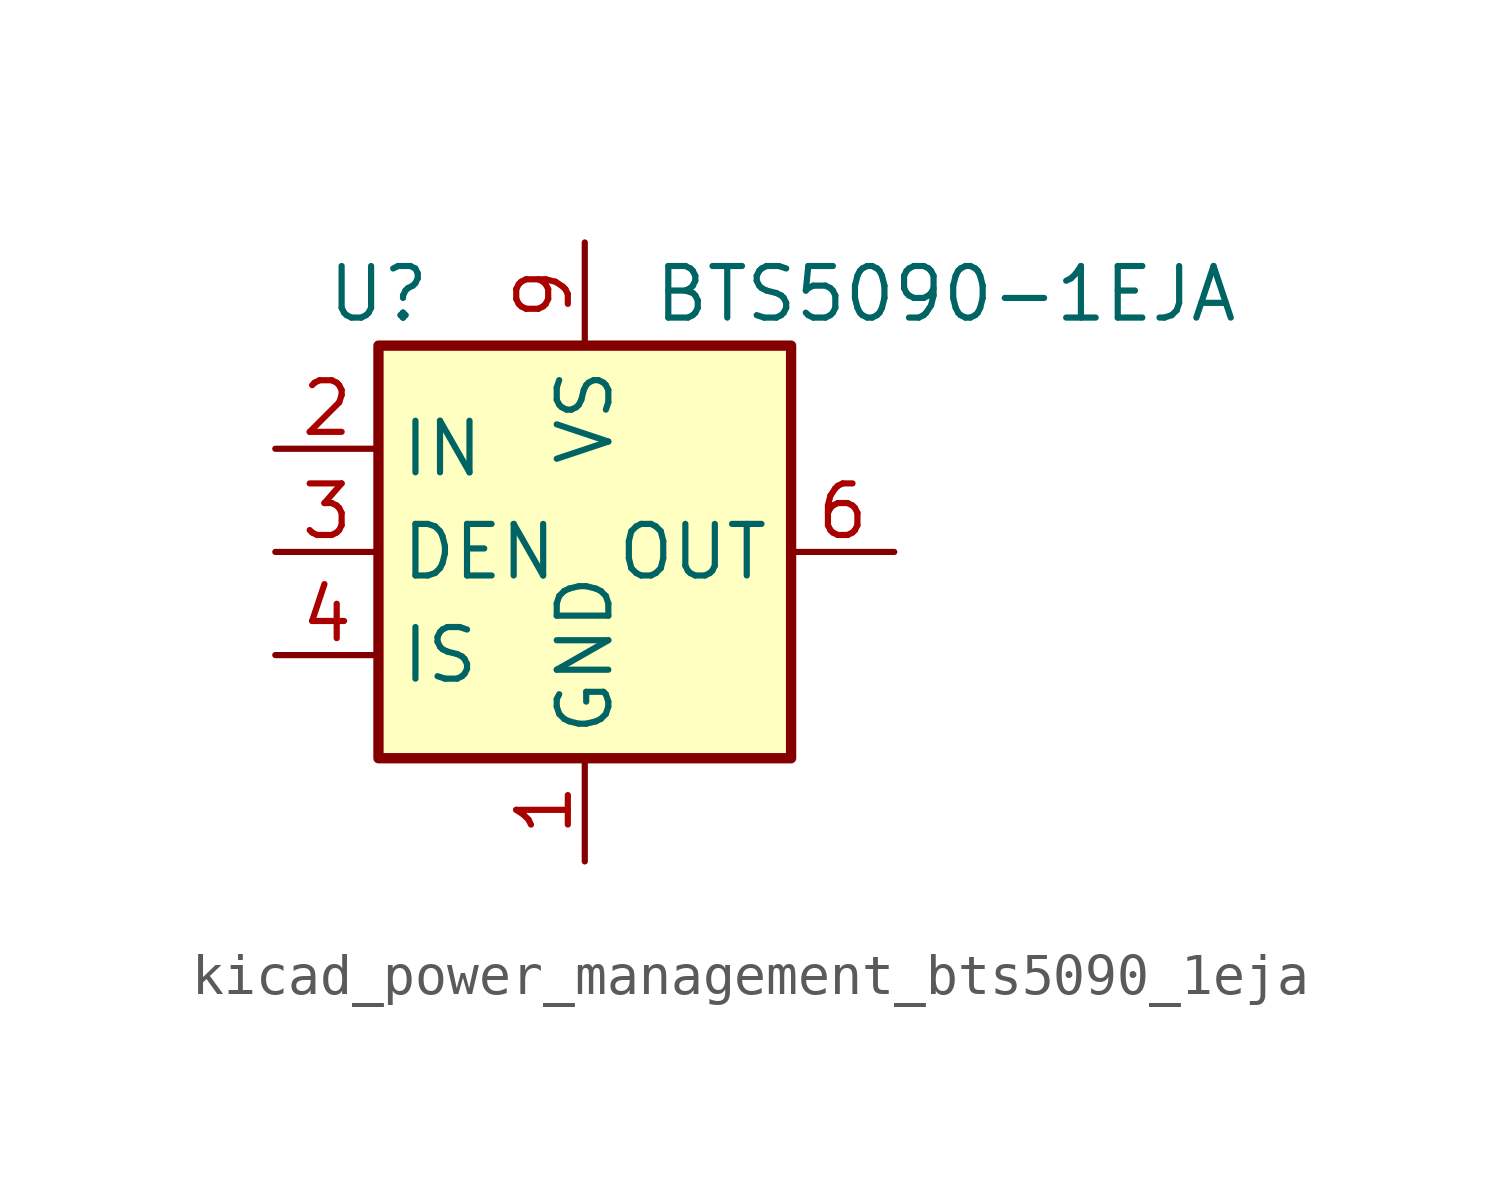
<source format=kicad_sym>
(kicad_symbol_lib
  (version 20220914)
  (generator kicad_symbol_editor)
  (symbol "kicad_power_management_bts5090_1eja"
    (property "Reference" "U"
      (at -5.08 6.35 0)
      (effects (font (size 1.27 1.27))))
    (property "Value" "BTS5090-1EJA"
      (at 8.89 6.35 0)
      (effects (font (size 1.27 1.27))))
    (symbol "kicad_power_management_bts5090_1eja_0_1"
      (rectangle (start -5.08 5.08) (end 5.08 -5.08) (stroke (width 0.254) (type default)) (fill (type background))))
    (symbol "kicad_power_management_bts5090_1eja_1_1"
      (pin power_in line (at 0 -7.62 90) (length 2.54) (name "GND" (effects (font (size 1.27 1.27)))) (number "1" (effects (font (size 1.27 1.27)))))
      (pin input line (at -7.62 2.54 0) (length 2.54) (name "IN" (effects (font (size 1.27 1.27)))) (number "2" (effects (font (size 1.27 1.27)))))
      (pin input line (at -7.62 0 0) (length 2.54) (name "DEN" (effects (font (size 1.27 1.27)))) (number "3" (effects (font (size 1.27 1.27)))))
      (pin output line (at -7.62 -2.54 0) (length 2.54) (name "IS" (effects (font (size 1.27 1.27)))) (number "4" (effects (font (size 1.27 1.27)))))
      (pin no_connect line (at 5.08 2.54 180) (length 2.54) hide (name "NC" (effects (font (size 1.27 1.27)))) (number "5" (effects (font (size 1.27 1.27)))))
      (pin power_out line (at 7.62 0 180) (length 2.54) (name "OUT" (effects (font (size 1.27 1.27)))) (number "6" (effects (font (size 1.27 1.27)))))
      (pin passive line (at 7.62 0 180) (length 2.54) hide (name "OUT" (effects (font (size 1.27 1.27)))) (number "7" (effects (font (size 1.27 1.27)))))
      (pin passive line (at 7.62 0 180) (length 2.54) hide (name "OUT" (effects (font (size 1.27 1.27)))) (number "8" (effects (font (size 1.27 1.27)))))
      (pin power_in line (at 0 7.62 270) (length 2.54) (name "VS" (effects (font (size 1.27 1.27)))) (number "9" (effects (font (size 1.27 1.27))))))))
</source>
